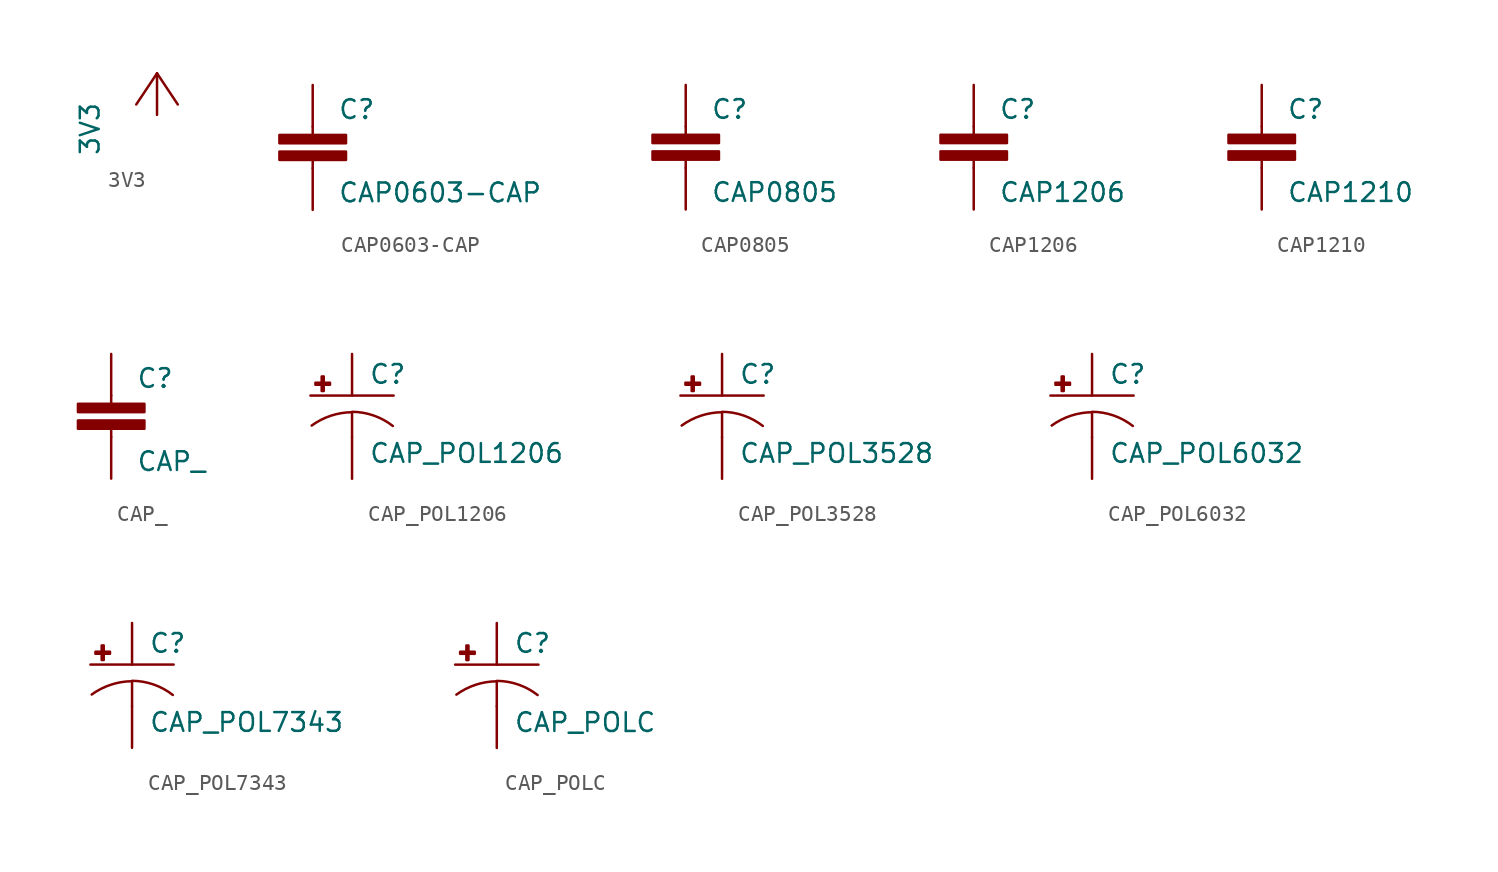
<source format=kicad_sym>
(kicad_symbol_lib
  (version 20211014)
  (generator kicad_symbol_editor)
  (symbol "3V3"
    (power)
    (pin_numbers hide)
    (pin_names
      (offset 1.016) hide)
    (property "Reference" "#3V3"
      (at 0 0 90)
      (effects (font (size 1.143 1.143)) (justify left bottom) hide))
    (property "Value" "3V3"
      (at -3.429 -5.08 90)
      (effects (font (size 1.143 1.143)) (justify left bottom)))
    (property "ki_locked" ""
      (at 0 0 0)
      (effects (font (size 1.27 1.27))))
    (symbol "3V3_1_0"
      (polyline (pts (xy 0 -2.54) (xy 0 0)) (stroke (width 0) (type default) (color 0 0 0 0)) (fill (type none)))
      (polyline (pts (xy 0 0) (xy -1.27 -1.905)) (stroke (width 0) (type default) (color 0 0 0 0)) (fill (type none)))
      (polyline (pts (xy 1.27 -1.905) (xy 0 0)) (stroke (width 0) (type default) (color 0 0 0 0)) (fill (type none))))
    (symbol "3V3_1_1"
      (pin power_in line (at 0 -2.54 90) (length 2.54) hide (name "3V3" (effects (font (size 1.016 1.016)))) (number "~" (effects (font (size 1.016 1.016)))))))
  (symbol "CAP0603-CAP"
    (pin_numbers hide)
    (pin_names
      (offset 1.016) hide)
    (property "Reference" "C"
      (at 1.524 2.921 0)
      (effects (font (size 1.143 1.143)) (justify left bottom)))
    (property "Value" "CAP0603-CAP"
      (at 1.524 -2.159 0)
      (effects (font (size 1.143 1.143)) (justify left bottom)))
    (property "ki_locked" ""
      (at 0 0 0)
      (effects (font (size 1.27 1.27))))
    (symbol "CAP0603-CAP_1_0"
      (polyline (pts (xy 0 0) (xy 0 0.508)) (stroke (width 0) (type default) (color 0 0 0 0)) (fill (type none)))
      (polyline (pts (xy 0 2.54) (xy 0 2.032)) (stroke (width 0) (type default) (color 0 0 0 0)) (fill (type none))))
    (symbol "CAP0603-CAP_1_1"
      (rectangle (start -2.032 0.508) (end 2.032 1.016) (stroke (width 0) (type default) (color 0 0 0 0)) (fill (type outline)))
      (rectangle (start -2.032 1.524) (end 2.032 2.032) (stroke (width 0) (type default) (color 0 0 0 0)) (fill (type outline)))
      (pin passive line (at 0 5.08 270) (length 2.54) (name "1" (effects (font (size 1.016 1.016)))) (number "1" (effects (font (size 1.016 1.016)))))
      (pin passive line (at 0 -2.54 90) (length 2.54) (name "2" (effects (font (size 1.016 1.016)))) (number "2" (effects (font (size 1.016 1.016)))))))
  (symbol "CAP0805"
    (pin_numbers hide)
    (pin_names
      (offset 1.016) hide)
    (property "Reference" "C"
      (at 1.524 2.921 0)
      (effects (font (size 1.143 1.143)) (justify left bottom)))
    (property "Value" "CAP0805"
      (at 1.524 -2.159 0)
      (effects (font (size 1.143 1.143)) (justify left bottom)))
    (property "ki_locked" ""
      (at 0 0 0)
      (effects (font (size 1.27 1.27))))
    (symbol "CAP0805_1_0"
      (polyline (pts (xy 0 0) (xy 0 0.508)) (stroke (width 0) (type default) (color 0 0 0 0)) (fill (type none)))
      (polyline (pts (xy 0 2.54) (xy 0 2.032)) (stroke (width 0) (type default) (color 0 0 0 0)) (fill (type none))))
    (symbol "CAP0805_1_1"
      (rectangle (start -2.032 0.508) (end 2.032 1.016) (stroke (width 0) (type default) (color 0 0 0 0)) (fill (type outline)))
      (rectangle (start -2.032 1.524) (end 2.032 2.032) (stroke (width 0) (type default) (color 0 0 0 0)) (fill (type outline)))
      (pin passive line (at 0 5.08 270) (length 2.54) (name "1" (effects (font (size 1.016 1.016)))) (number "1" (effects (font (size 1.016 1.016)))))
      (pin passive line (at 0 -2.54 90) (length 2.54) (name "2" (effects (font (size 1.016 1.016)))) (number "2" (effects (font (size 1.016 1.016)))))))
  (symbol "CAP1206"
    (pin_numbers hide)
    (pin_names
      (offset 1.016) hide)
    (property "Reference" "C"
      (at 1.524 2.921 0)
      (effects (font (size 1.143 1.143)) (justify left bottom)))
    (property "Value" "CAP1206"
      (at 1.524 -2.159 0)
      (effects (font (size 1.143 1.143)) (justify left bottom)))
    (property "ki_locked" ""
      (at 0 0 0)
      (effects (font (size 1.27 1.27))))
    (symbol "CAP1206_1_0"
      (polyline (pts (xy 0 0) (xy 0 0.508)) (stroke (width 0) (type default) (color 0 0 0 0)) (fill (type none)))
      (polyline (pts (xy 0 2.54) (xy 0 2.032)) (stroke (width 0) (type default) (color 0 0 0 0)) (fill (type none))))
    (symbol "CAP1206_1_1"
      (rectangle (start -2.032 0.508) (end 2.032 1.016) (stroke (width 0) (type default) (color 0 0 0 0)) (fill (type outline)))
      (rectangle (start -2.032 1.524) (end 2.032 2.032) (stroke (width 0) (type default) (color 0 0 0 0)) (fill (type outline)))
      (pin passive line (at 0 5.08 270) (length 2.54) (name "1" (effects (font (size 1.016 1.016)))) (number "1" (effects (font (size 1.016 1.016)))))
      (pin passive line (at 0 -2.54 90) (length 2.54) (name "2" (effects (font (size 1.016 1.016)))) (number "2" (effects (font (size 1.016 1.016)))))))
  (symbol "CAP1210"
    (pin_numbers hide)
    (pin_names
      (offset 1.016) hide)
    (property "Reference" "C"
      (at 1.524 2.921 0)
      (effects (font (size 1.143 1.143)) (justify left bottom)))
    (property "Value" "CAP1210"
      (at 1.524 -2.159 0)
      (effects (font (size 1.143 1.143)) (justify left bottom)))
    (property "ki_locked" ""
      (at 0 0 0)
      (effects (font (size 1.27 1.27))))
    (symbol "CAP1210_1_0"
      (polyline (pts (xy 0 0) (xy 0 0.508)) (stroke (width 0) (type default) (color 0 0 0 0)) (fill (type none)))
      (polyline (pts (xy 0 2.54) (xy 0 2.032)) (stroke (width 0) (type default) (color 0 0 0 0)) (fill (type none))))
    (symbol "CAP1210_1_1"
      (rectangle (start -2.032 0.508) (end 2.032 1.016) (stroke (width 0) (type default) (color 0 0 0 0)) (fill (type outline)))
      (rectangle (start -2.032 1.524) (end 2.032 2.032) (stroke (width 0) (type default) (color 0 0 0 0)) (fill (type outline)))
      (pin passive line (at 0 5.08 270) (length 2.54) (name "1" (effects (font (size 1.016 1.016)))) (number "1" (effects (font (size 1.016 1.016)))))
      (pin passive line (at 0 -2.54 90) (length 2.54) (name "2" (effects (font (size 1.016 1.016)))) (number "2" (effects (font (size 1.016 1.016)))))))
  (symbol "CAP_"
    (pin_numbers hide)
    (pin_names
      (offset 1.016) hide)
    (property "Reference" "C"
      (at 1.524 2.921 0)
      (effects (font (size 1.143 1.143)) (justify left bottom)))
    (property "Value" "CAP_"
      (at 1.524 -2.159 0)
      (effects (font (size 1.143 1.143)) (justify left bottom)))
    (property "ki_locked" ""
      (at 0 0 0)
      (effects (font (size 1.27 1.27))))
    (symbol "CAP__1_0"
      (polyline (pts (xy 0 0) (xy 0 0.508)) (stroke (width 0) (type default) (color 0 0 0 0)) (fill (type none)))
      (polyline (pts (xy 0 2.54) (xy 0 2.032)) (stroke (width 0) (type default) (color 0 0 0 0)) (fill (type none))))
    (symbol "CAP__1_1"
      (rectangle (start -2.032 0.508) (end 2.032 1.016) (stroke (width 0) (type default) (color 0 0 0 0)) (fill (type outline)))
      (rectangle (start -2.032 1.524) (end 2.032 2.032) (stroke (width 0) (type default) (color 0 0 0 0)) (fill (type outline)))
      (pin passive line (at 0 5.08 270) (length 2.54) (name "1" (effects (font (size 1.016 1.016)))) (number "P$1" (effects (font (size 1.016 1.016)))))
      (pin passive line (at 0 -2.54 90) (length 2.54) (name "2" (effects (font (size 1.016 1.016)))) (number "P$2" (effects (font (size 1.016 1.016)))))))
  (symbol "CAP_POL1206"
    (pin_numbers hide)
    (pin_names
      (offset 1.016) hide)
    (property "Reference" "C"
      (at 1.016 0.635 0)
      (effects (font (size 1.143 1.143)) (justify left bottom)))
    (property "Value" "CAP_POL1206"
      (at 1.016 -4.191 0)
      (effects (font (size 1.143 1.143)) (justify left bottom)))
    (property "ki_locked" ""
      (at 0 0 0)
      (effects (font (size 1.27 1.27))))
    (symbol "CAP_POL1206_1_0"
      (polyline (pts (xy -2.54 0) (xy 2.54 0)) (stroke (width 0) (type default) (color 0 0 0 0)) (fill (type none)))
      (polyline (pts (xy 0 -1.016) (xy 0 -2.54)) (stroke (width 0) (type default) (color 0 0 0 0)) (fill (type none)))
      (polyline (pts (xy 0 -1.016) (xy 0 -1.016)) (stroke (width 0) (type default) (color 0 0 0 0)) (fill (type none))))
    (symbol "CAP_POL1206_1_1"
      (rectangle (start -2.235 0.66) (end -1.346 0.787) (stroke (width 0) (type default) (color 0 0 0 0)) (fill (type outline)))
      (rectangle (start -1.854 0.279) (end -1.727 1.168) (stroke (width 0) (type default) (color 0 0 0 0)) (fill (type outline)))
      (arc (start 0 -1.016) (mid -1.2939 -1.2289) (end -2.4638 -1.8288) (stroke (width 0) (type default) (color 0 0 0 0)) (fill (type none)))
      (arc (start 2.4892 -1.8542) (mid 1.3167 -1.2157) (end 0 -0.9906) (stroke (width 0) (type default) (color 0 0 0 0)) (fill (type none)))
      (pin passive line (at 0 2.54 270) (length 2.54) (name "+" (effects (font (size 1.016 1.016)))) (number "A" (effects (font (size 1.016 1.016)))))
      (pin passive line (at 0 -5.08 90) (length 2.54) (name "-" (effects (font (size 1.016 1.016)))) (number "C" (effects (font (size 1.016 1.016)))))))
  (symbol "CAP_POL3528"
    (pin_numbers hide)
    (pin_names
      (offset 1.016) hide)
    (property "Reference" "C"
      (at 1.016 0.635 0)
      (effects (font (size 1.143 1.143)) (justify left bottom)))
    (property "Value" "CAP_POL3528"
      (at 1.016 -4.191 0)
      (effects (font (size 1.143 1.143)) (justify left bottom)))
    (property "ki_locked" ""
      (at 0 0 0)
      (effects (font (size 1.27 1.27))))
    (symbol "CAP_POL3528_1_0"
      (polyline (pts (xy -2.54 0) (xy 2.54 0)) (stroke (width 0) (type default) (color 0 0 0 0)) (fill (type none)))
      (polyline (pts (xy 0 -1.016) (xy 0 -2.54)) (stroke (width 0) (type default) (color 0 0 0 0)) (fill (type none)))
      (polyline (pts (xy 0 -1.016) (xy 0 -1.016)) (stroke (width 0) (type default) (color 0 0 0 0)) (fill (type none))))
    (symbol "CAP_POL3528_1_1"
      (rectangle (start -2.235 0.66) (end -1.346 0.787) (stroke (width 0) (type default) (color 0 0 0 0)) (fill (type outline)))
      (rectangle (start -1.854 0.279) (end -1.727 1.168) (stroke (width 0) (type default) (color 0 0 0 0)) (fill (type outline)))
      (arc (start 0 -1.016) (mid -1.2939 -1.2289) (end -2.4638 -1.8288) (stroke (width 0) (type default) (color 0 0 0 0)) (fill (type none)))
      (arc (start 2.4892 -1.8542) (mid 1.3167 -1.2157) (end 0 -0.9906) (stroke (width 0) (type default) (color 0 0 0 0)) (fill (type none)))
      (pin passive line (at 0 2.54 270) (length 2.54) (name "+" (effects (font (size 1.016 1.016)))) (number "A" (effects (font (size 1.016 1.016)))))
      (pin passive line (at 0 -5.08 90) (length 2.54) (name "-" (effects (font (size 1.016 1.016)))) (number "C" (effects (font (size 1.016 1.016)))))))
  (symbol "CAP_POL6032"
    (pin_numbers hide)
    (pin_names
      (offset 1.016) hide)
    (property "Reference" "C"
      (at 1.016 0.635 0)
      (effects (font (size 1.143 1.143)) (justify left bottom)))
    (property "Value" "CAP_POL6032"
      (at 1.016 -4.191 0)
      (effects (font (size 1.143 1.143)) (justify left bottom)))
    (property "ki_locked" ""
      (at 0 0 0)
      (effects (font (size 1.27 1.27))))
    (symbol "CAP_POL6032_1_0"
      (polyline (pts (xy -2.54 0) (xy 2.54 0)) (stroke (width 0) (type default) (color 0 0 0 0)) (fill (type none)))
      (polyline (pts (xy 0 -1.016) (xy 0 -2.54)) (stroke (width 0) (type default) (color 0 0 0 0)) (fill (type none)))
      (polyline (pts (xy 0 -1.016) (xy 0 -1.016)) (stroke (width 0) (type default) (color 0 0 0 0)) (fill (type none))))
    (symbol "CAP_POL6032_1_1"
      (rectangle (start -2.235 0.66) (end -1.346 0.787) (stroke (width 0) (type default) (color 0 0 0 0)) (fill (type outline)))
      (rectangle (start -1.854 0.279) (end -1.727 1.168) (stroke (width 0) (type default) (color 0 0 0 0)) (fill (type outline)))
      (arc (start 0 -1.016) (mid -1.2939 -1.2289) (end -2.4638 -1.8288) (stroke (width 0) (type default) (color 0 0 0 0)) (fill (type none)))
      (arc (start 2.4892 -1.8542) (mid 1.3167 -1.2157) (end 0 -0.9906) (stroke (width 0) (type default) (color 0 0 0 0)) (fill (type none)))
      (pin passive line (at 0 2.54 270) (length 2.54) (name "+" (effects (font (size 1.016 1.016)))) (number "P$1" (effects (font (size 1.016 1.016)))))
      (pin passive line (at 0 -5.08 90) (length 2.54) (name "-" (effects (font (size 1.016 1.016)))) (number "P$2" (effects (font (size 1.016 1.016)))))))
  (symbol "CAP_POL7343"
    (pin_numbers hide)
    (pin_names
      (offset 1.016) hide)
    (property "Reference" "C"
      (at 1.016 0.635 0)
      (effects (font (size 1.143 1.143)) (justify left bottom)))
    (property "Value" "CAP_POL7343"
      (at 1.016 -4.191 0)
      (effects (font (size 1.143 1.143)) (justify left bottom)))
    (property "ki_locked" ""
      (at 0 0 0)
      (effects (font (size 1.27 1.27))))
    (symbol "CAP_POL7343_1_0"
      (polyline (pts (xy -2.54 0) (xy 2.54 0)) (stroke (width 0) (type default) (color 0 0 0 0)) (fill (type none)))
      (polyline (pts (xy 0 -1.016) (xy 0 -2.54)) (stroke (width 0) (type default) (color 0 0 0 0)) (fill (type none)))
      (polyline (pts (xy 0 -1.016) (xy 0 -1.016)) (stroke (width 0) (type default) (color 0 0 0 0)) (fill (type none))))
    (symbol "CAP_POL7343_1_1"
      (rectangle (start -2.235 0.66) (end -1.346 0.787) (stroke (width 0) (type default) (color 0 0 0 0)) (fill (type outline)))
      (rectangle (start -1.854 0.279) (end -1.727 1.168) (stroke (width 0) (type default) (color 0 0 0 0)) (fill (type outline)))
      (arc (start 0 -1.016) (mid -1.2939 -1.2289) (end -2.4638 -1.8288) (stroke (width 0) (type default) (color 0 0 0 0)) (fill (type none)))
      (arc (start 2.4892 -1.8542) (mid 1.3167 -1.2157) (end 0 -0.9906) (stroke (width 0) (type default) (color 0 0 0 0)) (fill (type none)))
      (pin passive line (at 0 2.54 270) (length 2.54) (name "+" (effects (font (size 1.016 1.016)))) (number "A" (effects (font (size 1.016 1.016)))))
      (pin passive line (at 0 -5.08 90) (length 2.54) (name "-" (effects (font (size 1.016 1.016)))) (number "C" (effects (font (size 1.016 1.016)))))))
  (symbol "CAP_POLC"
    (pin_numbers hide)
    (pin_names
      (offset 1.016) hide)
    (property "Reference" "C"
      (at 1.016 0.635 0)
      (effects (font (size 1.143 1.143)) (justify left bottom)))
    (property "Value" "CAP_POLC"
      (at 1.016 -4.191 0)
      (effects (font (size 1.143 1.143)) (justify left bottom)))
    (property "ki_locked" ""
      (at 0 0 0)
      (effects (font (size 1.27 1.27))))
    (symbol "CAP_POLC_1_0"
      (polyline (pts (xy -2.54 0) (xy 2.54 0)) (stroke (width 0) (type default) (color 0 0 0 0)) (fill (type none)))
      (polyline (pts (xy 0 -1.016) (xy 0 -2.54)) (stroke (width 0) (type default) (color 0 0 0 0)) (fill (type none)))
      (polyline (pts (xy 0 -1.016) (xy 0 -1.016)) (stroke (width 0) (type default) (color 0 0 0 0)) (fill (type none))))
    (symbol "CAP_POLC_1_1"
      (rectangle (start -2.235 0.66) (end -1.346 0.787) (stroke (width 0) (type default) (color 0 0 0 0)) (fill (type outline)))
      (rectangle (start -1.854 0.279) (end -1.727 1.168) (stroke (width 0) (type default) (color 0 0 0 0)) (fill (type outline)))
      (arc (start 0 -1.016) (mid -1.2939 -1.2289) (end -2.4638 -1.8288) (stroke (width 0) (type default) (color 0 0 0 0)) (fill (type none)))
      (arc (start 2.4892 -1.8542) (mid 1.3167 -1.2157) (end 0 -0.9906) (stroke (width 0) (type default) (color 0 0 0 0)) (fill (type none)))
      (pin passive line (at 0 2.54 270) (length 2.54) (name "+" (effects (font (size 1.016 1.016)))) (number "+" (effects (font (size 1.016 1.016)))))
      (pin passive line (at 0 -5.08 90) (length 2.54) (name "-" (effects (font (size 1.016 1.016)))) (number "-" (effects (font (size 1.016 1.016))))))))
</source>
